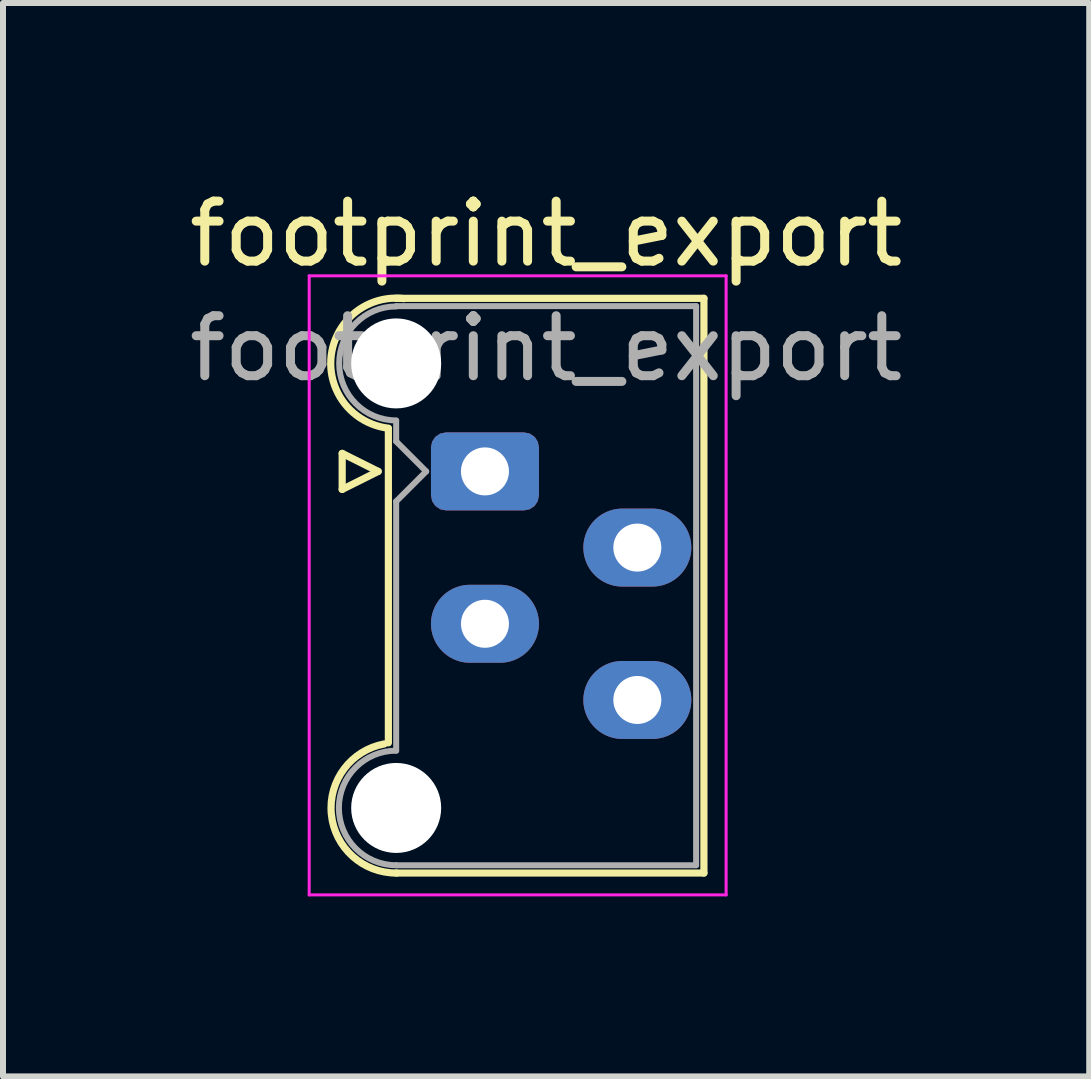
<source format=kicad_pcb>
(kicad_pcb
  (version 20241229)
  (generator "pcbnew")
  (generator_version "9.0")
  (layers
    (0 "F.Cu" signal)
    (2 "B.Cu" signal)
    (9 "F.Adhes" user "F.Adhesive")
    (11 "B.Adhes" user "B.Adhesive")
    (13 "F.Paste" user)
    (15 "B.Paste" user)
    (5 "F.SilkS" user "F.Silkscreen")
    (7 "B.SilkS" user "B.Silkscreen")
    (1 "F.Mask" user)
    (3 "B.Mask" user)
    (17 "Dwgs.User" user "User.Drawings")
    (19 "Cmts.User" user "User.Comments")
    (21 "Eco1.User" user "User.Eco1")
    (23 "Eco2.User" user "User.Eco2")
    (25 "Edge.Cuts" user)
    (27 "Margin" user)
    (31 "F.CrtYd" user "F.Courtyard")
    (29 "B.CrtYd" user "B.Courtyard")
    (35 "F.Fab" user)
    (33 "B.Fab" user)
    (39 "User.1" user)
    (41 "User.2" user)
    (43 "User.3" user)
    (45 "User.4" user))
  (footprint "footprint_export"
    (layer "F.Cu")
    (at 5.034 4.808)
    (property "Reference" "footprint_export" (at 1.02 -3.96 0) (layer "F.SilkS") (effects (font (size 1 1) (thickness 0.15))))
    (attr through_hole)
    (fp_line (start -2.38 -0.3) (end -2.38 0.3) (stroke (width 0.12) (type solid)) (layer "F.SilkS"))
    (fp_line (start -2.38 0.3) (end -1.78 0) (stroke (width 0.12) (type solid)) (layer "F.SilkS"))
    (fp_line (start -1.78 0) (end -2.38 -0.3) (stroke (width 0.12) (type solid)) (layer "F.SilkS"))
    (fp_line (start -1.61 -0.715) (end -1.61 4.525) (stroke (width 0.12) (type solid)) (layer "F.SilkS"))
    (fp_line (start -1.48 -2.885) (end 3.65 -2.885) (stroke (width 0.12) (type solid)) (layer "F.SilkS"))
    (fp_line (start 3.65 -2.885) (end 3.65 6.695) (stroke (width 0.12) (type solid)) (layer "F.SilkS"))
    (fp_line (start 3.65 6.695) (end -1.48 6.695) (stroke (width 0.12) (type solid)) (layer "F.SilkS"))
    (fp_arc (start -1.61 -0.72) (mid -2.56 -1.93) (end -1.35 -2.88) (stroke (width 0.12) (type solid)) (layer "F.SilkS"))
    (fp_arc (start -1.47 6.695) (mid -2.56 5.714526) (end -1.678256 4.54322) (stroke (width 0.12) (type solid)) (layer "F.SilkS"))
    (fp_line (start -2.93 -3.26) (end -2.93 7.06) (stroke (width 0.05) (type solid)) (layer "F.CrtYd"))
    (fp_line (start -2.93 7.06) (end 4.02 7.06) (stroke (width 0.05) (type solid)) (layer "F.CrtYd"))
    (fp_line (start 4.02 -3.26) (end -2.93 -3.26) (stroke (width 0.05) (type solid)) (layer "F.CrtYd"))
    (fp_line (start 4.02 7.06) (end 4.02 -3.26) (stroke (width 0.05) (type solid)) (layer "F.CrtYd"))
    (fp_line (start -1.48 -2.755) (end 3.52 -2.755) (stroke (width 0.1) (type solid)) (layer "F.Fab"))
    (fp_line (start -1.48 -0.845) (end -1.48 -0.5) (stroke (width 0.1) (type solid)) (layer "F.Fab"))
    (fp_line (start -1.48 -0.5) (end -0.98 0) (stroke (width 0.1) (type solid)) (layer "F.Fab"))
    (fp_line (start -1.48 0.5) (end -1.48 4.655) (stroke (width 0.1) (type solid)) (layer "F.Fab"))
    (fp_line (start -0.98 0) (end -1.48 0.5) (stroke (width 0.1) (type solid)) (layer "F.Fab"))
    (fp_line (start 3.52 -2.755) (end 3.52 6.565) (stroke (width 0.1) (type solid)) (layer "F.Fab"))
    (fp_line (start 3.52 6.565) (end -1.48 6.565) (stroke (width 0.1) (type solid)) (layer "F.Fab"))
    (fp_arc (start -1.48 -0.85) (mid -2.43 -1.8) (end -1.48 -2.75) (stroke (width 0.1) (type solid)) (layer "F.Fab"))
    (fp_arc (start -1.48 6.565) (mid -2.435 5.61) (end -1.48 4.655) (stroke (width 0.1) (type solid)) (layer "F.Fab"))
    (fp_text user "${REFERENCE}" (at 1.02 -2.05 0) (layer "F.Fab") (effects (font (size 1 1) (thickness 0.15))))
    (pad "" np_thru_hole circle (at -1.48 -1.8) (size 1.5 1.5) (drill 1.5) (layers "*.Cu" "*.Mask"))
    (pad "" np_thru_hole circle (at -1.48 5.61) (size 1.5 1.5) (drill 1.5) (layers "*.Cu" "*.Mask"))
    (pad "1" thru_hole roundrect (at 0 0) (size 1.8 1.3) (drill 0.8) (layers "*.Cu" "*.Mask") (roundrect_rratio 0.192))
    (pad "2" thru_hole oval (at 2.54 1.27) (size 1.8 1.3) (drill 0.8) (layers "*.Cu" "*.Mask"))
    (pad "3" thru_hole oval (at 0 2.54) (size 1.8 1.3) (drill 0.8) (layers "*.Cu" "*.Mask"))
    (pad "4" thru_hole oval (at 2.54 3.81) (size 1.8 1.3) (drill 0.8) (layers "*.Cu" "*.Mask")))
  (gr_rect
    (start -3 -3)
    (end 15.107 14.893)
    (stroke (width 0.1) (type default))
    (fill no)
    (layer "Edge.Cuts")))
</source>
